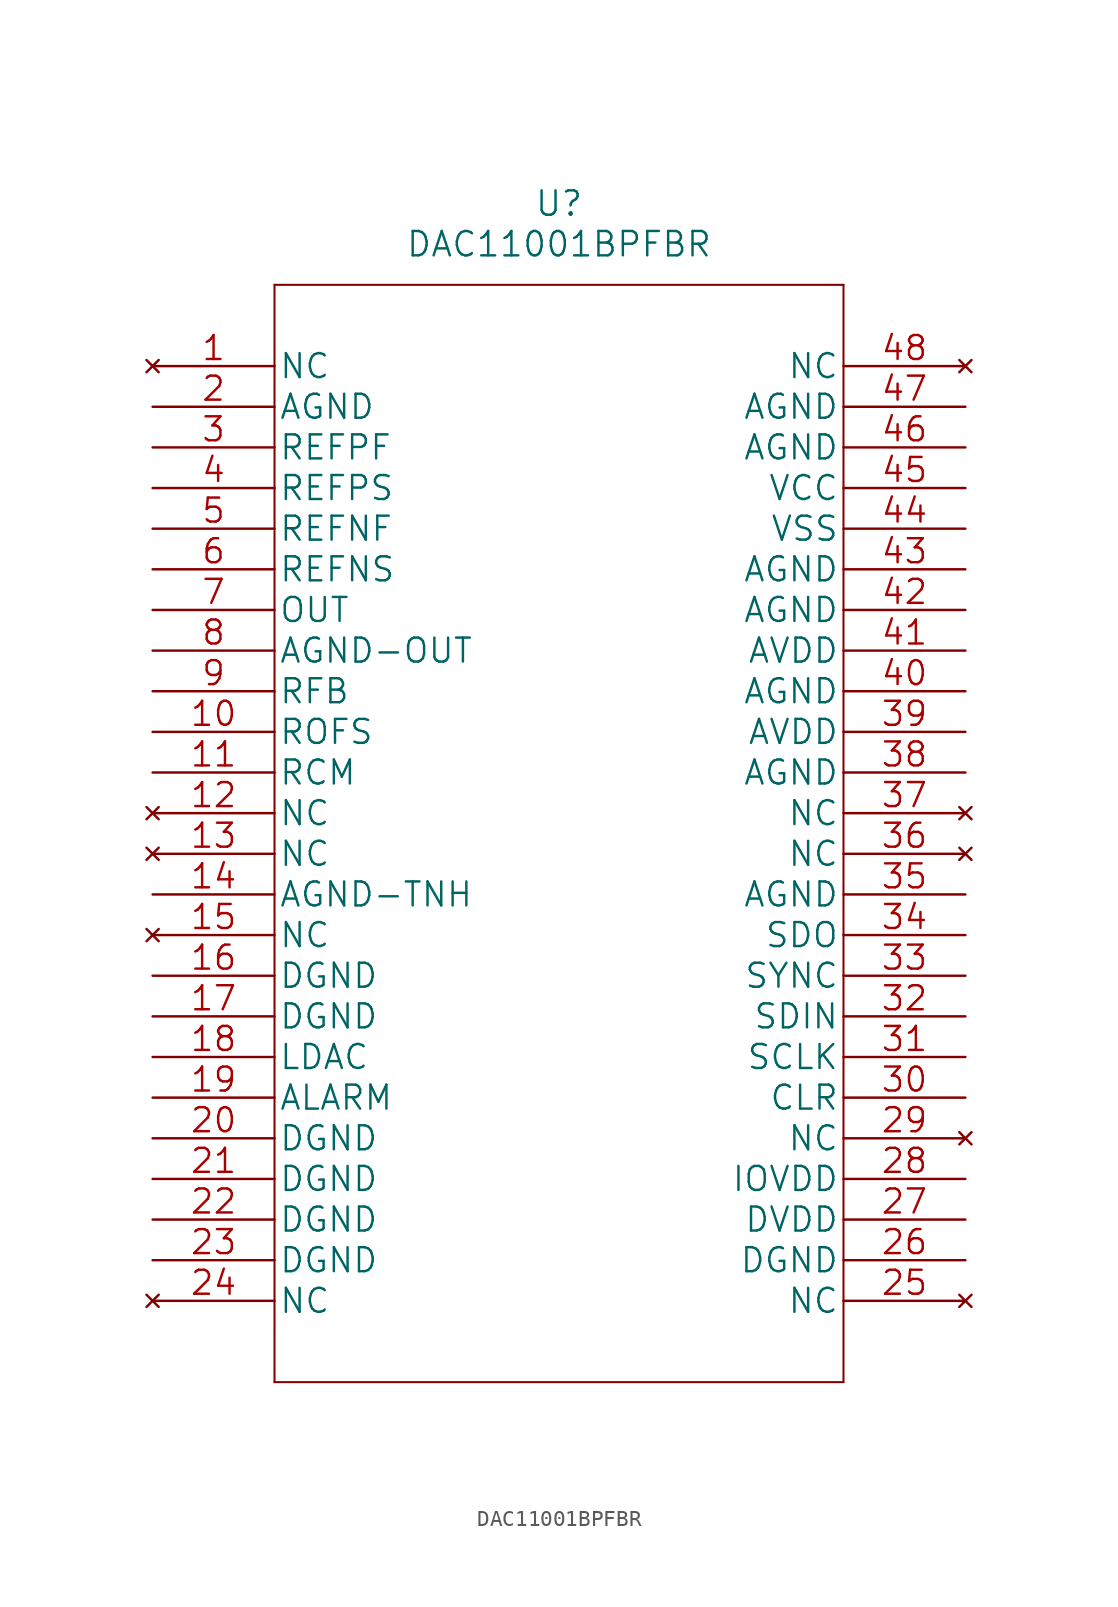
<source format=kicad_sym>
(kicad_symbol_lib
  (version 20211014)
  (generator kicad_symbol_editor)
  (symbol "DAC11001BPFBR"
    (pin_names
      (offset 0.254))
    (property "Reference" "U"
      (at 25.4 10.16 0)
      (effects (font (size 1.524 1.524))))
    (property "Value" "DAC11001BPFBR"
      (at 25.4 7.62 0)
      (effects (font (size 1.524 1.524))))
    (property "Datasheet" ""
      (at 0 0 0)
      (effects (font (size 1.524 1.524))))
    (symbol "DAC11001BPFBR_1_1"
      (polyline (pts (xy 7.62 -63.5) (xy 43.18 -63.5)) (stroke (width 0.127) (type default) (color 0 0 0 0)) (fill (type none)))
      (polyline (pts (xy 7.62 5.08) (xy 7.62 -63.5)) (stroke (width 0.127) (type default) (color 0 0 0 0)) (fill (type none)))
      (polyline (pts (xy 43.18 -63.5) (xy 43.18 5.08)) (stroke (width 0.127) (type default) (color 0 0 0 0)) (fill (type none)))
      (polyline (pts (xy 43.18 5.08) (xy 7.62 5.08)) (stroke (width 0.127) (type default) (color 0 0 0 0)) (fill (type none)))
      (pin no_connect line (at 0 0 0) (length 7.62) (name "NC" (effects (font (size 1.499 1.499)))) (number "1" (effects (font (size 1.499 1.499)))))
      (pin input line (at 0 -22.86 0) (length 7.62) (name "ROFS" (effects (font (size 1.499 1.499)))) (number "10" (effects (font (size 1.499 1.499)))))
      (pin input line (at 0 -25.4 0) (length 7.62) (name "RCM" (effects (font (size 1.499 1.499)))) (number "11" (effects (font (size 1.499 1.499)))))
      (pin no_connect line (at 0 -27.94 0) (length 7.62) (name "NC" (effects (font (size 1.499 1.499)))) (number "12" (effects (font (size 1.499 1.499)))))
      (pin no_connect line (at 0 -30.48 0) (length 7.62) (name "NC" (effects (font (size 1.499 1.499)))) (number "13" (effects (font (size 1.499 1.499)))))
      (pin power_in line (at 0 -33.02 0) (length 7.62) (name "AGND-TNH" (effects (font (size 1.499 1.499)))) (number "14" (effects (font (size 1.499 1.499)))))
      (pin no_connect line (at 0 -35.56 0) (length 7.62) (name "NC" (effects (font (size 1.499 1.499)))) (number "15" (effects (font (size 1.499 1.499)))))
      (pin power_in line (at 0 -38.1 0) (length 7.62) (name "DGND" (effects (font (size 1.499 1.499)))) (number "16" (effects (font (size 1.499 1.499)))))
      (pin power_in line (at 0 -40.64 0) (length 7.62) (name "DGND" (effects (font (size 1.499 1.499)))) (number "17" (effects (font (size 1.499 1.499)))))
      (pin input line (at 0 -43.18 0) (length 7.62) (name "LDAC" (effects (font (size 1.499 1.499)))) (number "18" (effects (font (size 1.499 1.499)))))
      (pin output line (at 0 -45.72 0) (length 7.62) (name "ALARM" (effects (font (size 1.499 1.499)))) (number "19" (effects (font (size 1.499 1.499)))))
      (pin power_in line (at 0 -2.54 0) (length 7.62) (name "AGND" (effects (font (size 1.499 1.499)))) (number "2" (effects (font (size 1.499 1.499)))))
      (pin power_in line (at 0 -48.26 0) (length 7.62) (name "DGND" (effects (font (size 1.499 1.499)))) (number "20" (effects (font (size 1.499 1.499)))))
      (pin power_in line (at 0 -50.8 0) (length 7.62) (name "DGND" (effects (font (size 1.499 1.499)))) (number "21" (effects (font (size 1.499 1.499)))))
      (pin power_in line (at 0 -53.34 0) (length 7.62) (name "DGND" (effects (font (size 1.499 1.499)))) (number "22" (effects (font (size 1.499 1.499)))))
      (pin power_in line (at 0 -55.88 0) (length 7.62) (name "DGND" (effects (font (size 1.499 1.499)))) (number "23" (effects (font (size 1.499 1.499)))))
      (pin no_connect line (at 0 -58.42 0) (length 7.62) (name "NC" (effects (font (size 1.499 1.499)))) (number "24" (effects (font (size 1.499 1.499)))))
      (pin no_connect line (at 50.8 -58.42 180) (length 7.62) (name "NC" (effects (font (size 1.499 1.499)))) (number "25" (effects (font (size 1.499 1.499)))))
      (pin power_in line (at 50.8 -55.88 180) (length 7.62) (name "DGND" (effects (font (size 1.499 1.499)))) (number "26" (effects (font (size 1.499 1.499)))))
      (pin power_in line (at 50.8 -53.34 180) (length 7.62) (name "DVDD" (effects (font (size 1.499 1.499)))) (number "27" (effects (font (size 1.499 1.499)))))
      (pin power_in line (at 50.8 -50.8 180) (length 7.62) (name "IOVDD" (effects (font (size 1.499 1.499)))) (number "28" (effects (font (size 1.499 1.499)))))
      (pin no_connect line (at 50.8 -48.26 180) (length 7.62) (name "NC" (effects (font (size 1.499 1.499)))) (number "29" (effects (font (size 1.499 1.499)))))
      (pin input line (at 0 -5.08 0) (length 7.62) (name "REFPF" (effects (font (size 1.499 1.499)))) (number "3" (effects (font (size 1.499 1.499)))))
      (pin input line (at 50.8 -45.72 180) (length 7.62) (name "CLR" (effects (font (size 1.499 1.499)))) (number "30" (effects (font (size 1.499 1.499)))))
      (pin input line (at 50.8 -43.18 180) (length 7.62) (name "SCLK" (effects (font (size 1.499 1.499)))) (number "31" (effects (font (size 1.499 1.499)))))
      (pin input line (at 50.8 -40.64 180) (length 7.62) (name "SDIN" (effects (font (size 1.499 1.499)))) (number "32" (effects (font (size 1.499 1.499)))))
      (pin input line (at 50.8 -38.1 180) (length 7.62) (name "SYNC" (effects (font (size 1.499 1.499)))) (number "33" (effects (font (size 1.499 1.499)))))
      (pin output line (at 50.8 -35.56 180) (length 7.62) (name "SDO" (effects (font (size 1.499 1.499)))) (number "34" (effects (font (size 1.499 1.499)))))
      (pin power_in line (at 50.8 -33.02 180) (length 7.62) (name "AGND" (effects (font (size 1.499 1.499)))) (number "35" (effects (font (size 1.499 1.499)))))
      (pin no_connect line (at 50.8 -30.48 180) (length 7.62) (name "NC" (effects (font (size 1.499 1.499)))) (number "36" (effects (font (size 1.499 1.499)))))
      (pin no_connect line (at 50.8 -27.94 180) (length 7.62) (name "NC" (effects (font (size 1.499 1.499)))) (number "37" (effects (font (size 1.499 1.499)))))
      (pin power_in line (at 50.8 -25.4 180) (length 7.62) (name "AGND" (effects (font (size 1.499 1.499)))) (number "38" (effects (font (size 1.499 1.499)))))
      (pin power_in line (at 50.8 -22.86 180) (length 7.62) (name "AVDD" (effects (font (size 1.499 1.499)))) (number "39" (effects (font (size 1.499 1.499)))))
      (pin input line (at 0 -7.62 0) (length 7.62) (name "REFPS" (effects (font (size 1.499 1.499)))) (number "4" (effects (font (size 1.499 1.499)))))
      (pin power_in line (at 50.8 -20.32 180) (length 7.62) (name "AGND" (effects (font (size 1.499 1.499)))) (number "40" (effects (font (size 1.499 1.499)))))
      (pin power_in line (at 50.8 -17.78 180) (length 7.62) (name "AVDD" (effects (font (size 1.499 1.499)))) (number "41" (effects (font (size 1.499 1.499)))))
      (pin power_in line (at 50.8 -15.24 180) (length 7.62) (name "AGND" (effects (font (size 1.499 1.499)))) (number "42" (effects (font (size 1.499 1.499)))))
      (pin power_in line (at 50.8 -12.7 180) (length 7.62) (name "AGND" (effects (font (size 1.499 1.499)))) (number "43" (effects (font (size 1.499 1.499)))))
      (pin power_in line (at 50.8 -10.16 180) (length 7.62) (name "VSS" (effects (font (size 1.499 1.499)))) (number "44" (effects (font (size 1.499 1.499)))))
      (pin power_in line (at 50.8 -7.62 180) (length 7.62) (name "VCC" (effects (font (size 1.499 1.499)))) (number "45" (effects (font (size 1.499 1.499)))))
      (pin power_in line (at 50.8 -5.08 180) (length 7.62) (name "AGND" (effects (font (size 1.499 1.499)))) (number "46" (effects (font (size 1.499 1.499)))))
      (pin power_in line (at 50.8 -2.54 180) (length 7.62) (name "AGND" (effects (font (size 1.499 1.499)))) (number "47" (effects (font (size 1.499 1.499)))))
      (pin no_connect line (at 50.8 0 180) (length 7.62) (name "NC" (effects (font (size 1.499 1.499)))) (number "48" (effects (font (size 1.499 1.499)))))
      (pin input line (at 0 -10.16 0) (length 7.62) (name "REFNF" (effects (font (size 1.499 1.499)))) (number "5" (effects (font (size 1.499 1.499)))))
      (pin input line (at 0 -12.7 0) (length 7.62) (name "REFNS" (effects (font (size 1.499 1.499)))) (number "6" (effects (font (size 1.499 1.499)))))
      (pin output line (at 0 -15.24 0) (length 7.62) (name "OUT" (effects (font (size 1.499 1.499)))) (number "7" (effects (font (size 1.499 1.499)))))
      (pin power_in line (at 0 -17.78 0) (length 7.62) (name "AGND-OUT" (effects (font (size 1.499 1.499)))) (number "8" (effects (font (size 1.499 1.499)))))
      (pin input line (at 0 -20.32 0) (length 7.62) (name "RFB" (effects (font (size 1.499 1.499)))) (number "9" (effects (font (size 1.499 1.499))))))))
</source>
